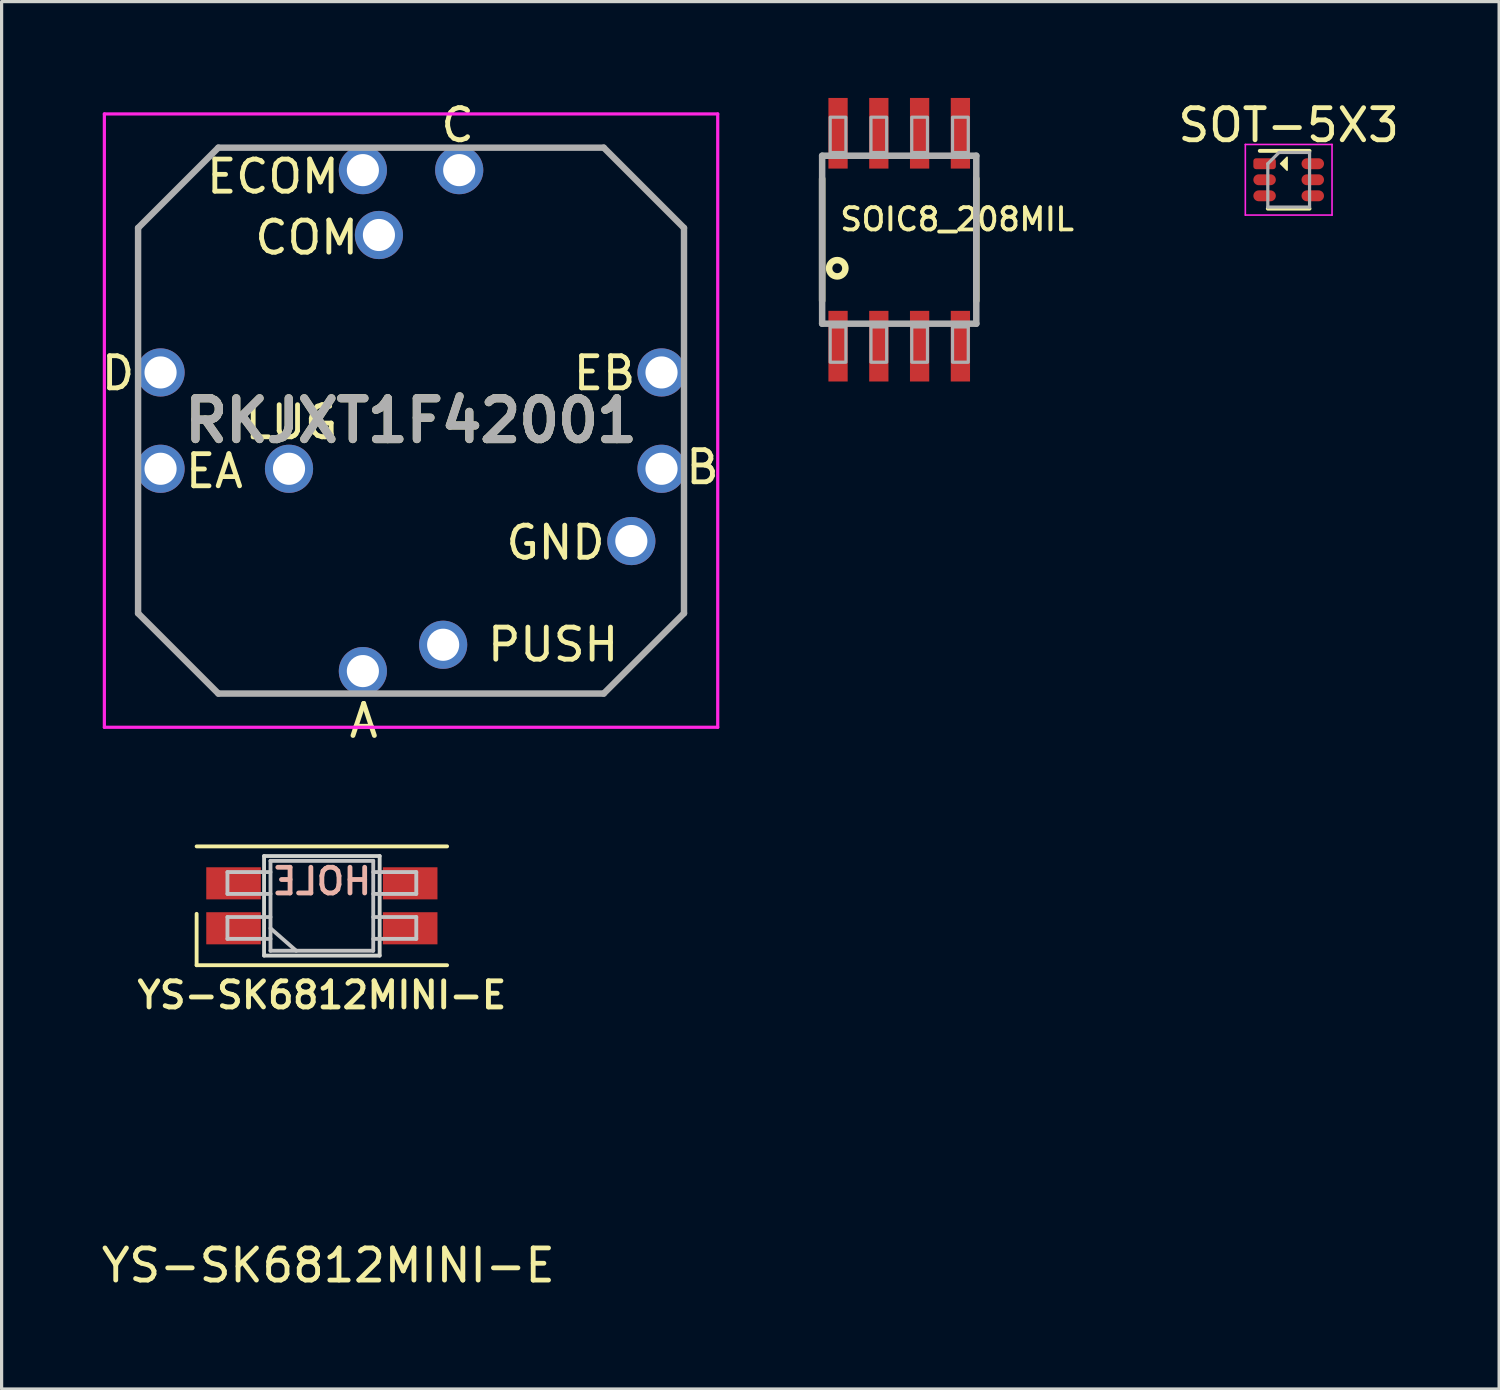
<source format=kicad_pcb>
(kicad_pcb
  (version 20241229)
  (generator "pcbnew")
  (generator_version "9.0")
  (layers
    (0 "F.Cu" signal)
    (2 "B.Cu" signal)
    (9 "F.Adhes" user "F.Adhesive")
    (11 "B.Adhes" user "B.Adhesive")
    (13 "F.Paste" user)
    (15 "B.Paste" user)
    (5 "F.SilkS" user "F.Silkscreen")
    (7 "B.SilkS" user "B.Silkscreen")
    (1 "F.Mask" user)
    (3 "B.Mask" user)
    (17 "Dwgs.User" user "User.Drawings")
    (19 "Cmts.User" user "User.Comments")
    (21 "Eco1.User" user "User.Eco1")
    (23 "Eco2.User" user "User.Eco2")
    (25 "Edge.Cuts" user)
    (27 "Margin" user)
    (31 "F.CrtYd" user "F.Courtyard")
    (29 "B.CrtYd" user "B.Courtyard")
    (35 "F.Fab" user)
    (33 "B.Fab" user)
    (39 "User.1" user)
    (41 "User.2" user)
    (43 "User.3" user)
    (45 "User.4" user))
  (footprint "RKJXT1F42001"
    (layer "F.Cu")
    (at 9.75 10.048)
    (property "Reference" "RKJXT1F42001" (at 0 0 0) (layer "F.SilkS") (effects (font (size 1.27 1.27) (thickness 0.254))))
    (attr through_hole)
    (fp_line (start -8.5 -6) (end -6 -8.5) (stroke (width 0.1) (type solid)) (layer "F.SilkS"))
    (fp_line (start -8.5 -2.5) (end -8.5 -6) (stroke (width 0.1) (type solid)) (layer "F.SilkS"))
    (fp_line (start -8.5 -0.5) (end -8.5 0.5) (stroke (width 0.1) (type solid)) (layer "F.SilkS"))
    (fp_line (start -8.5 2.5) (end -8.5 6) (stroke (width 0.1) (type solid)) (layer "F.SilkS"))
    (fp_line (start -8.5 6) (end -6 8.5) (stroke (width 0.1) (type solid)) (layer "F.SilkS"))
    (fp_line (start -6 -8.5) (end -2.5 -8.5) (stroke (width 0.1) (type solid)) (layer "F.SilkS"))
    (fp_line (start -6 8.5) (end -2.5 8.5) (stroke (width 0.1) (type solid)) (layer "F.SilkS"))
    (fp_line (start -0.5 8.5) (end 6 8.5) (stroke (width 0.1) (type solid)) (layer "F.SilkS"))
    (fp_line (start 2.5 -8.5) (end 6 -8.5) (stroke (width 0.1) (type solid)) (layer "F.SilkS"))
    (fp_line (start 6 -8.5) (end 8.5 -6) (stroke (width 0.1) (type solid)) (layer "F.SilkS"))
    (fp_line (start 6 8.5) (end 8.5 6) (stroke (width 0.1) (type solid)) (layer "F.SilkS"))
    (fp_line (start 8.5 -6) (end 8.5 -2.5) (stroke (width 0.1) (type solid)) (layer "F.SilkS"))
    (fp_line (start 8.5 -0.5) (end 8.5 0.5) (stroke (width 0.1) (type solid)) (layer "F.SilkS"))
    (fp_line (start 8.5 6) (end 8.5 2.5) (stroke (width 0.1) (type solid)) (layer "F.SilkS"))
    (fp_line (start -9.55 -9.55) (end 9.55 -9.55) (stroke (width 0.1) (type solid)) (layer "F.CrtYd"))
    (fp_line (start -9.55 9.55) (end -9.55 -9.55) (stroke (width 0.1) (type solid)) (layer "F.CrtYd"))
    (fp_line (start 9.55 -9.55) (end 9.55 9.55) (stroke (width 0.1) (type solid)) (layer "F.CrtYd"))
    (fp_line (start 9.55 9.55) (end -9.55 9.55) (stroke (width 0.1) (type solid)) (layer "F.CrtYd"))
    (fp_line (start -8.5 -6) (end -8.5 6) (stroke (width 0.2) (type solid)) (layer "F.Fab"))
    (fp_line (start -8.5 -6) (end -6 -8.5) (stroke (width 0.2) (type solid)) (layer "F.Fab"))
    (fp_line (start -6 -8.5) (end 6 -8.5) (stroke (width 0.2) (type solid)) (layer "F.Fab"))
    (fp_line (start -6 8.5) (end -8.5 6) (stroke (width 0.2) (type solid)) (layer "F.Fab"))
    (fp_line (start -6 8.5) (end 6 8.5) (stroke (width 0.2) (type solid)) (layer "F.Fab"))
    (fp_line (start 6 -8.5) (end 8.5 -6) (stroke (width 0.2) (type solid)) (layer "F.Fab"))
    (fp_line (start 6 8.5) (end 8.5 6) (stroke (width 0.2) (type solid)) (layer "F.Fab"))
    (fp_line (start 8.5 6) (end 8.5 -6) (stroke (width 0.2) (type solid)) (layer "F.Fab"))
    (fp_text user "LUG" (at -3.725 0.05 0) (unlocked yes) (layer "F.SilkS") (effects (font (size 1 1) (thickness 0.15))))
    (fp_text user "ECOM" (at -4.3 -7.6 0) (unlocked yes) (layer "F.SilkS") (effects (font (size 1 1) (thickness 0.15))))
    (fp_text user "A" (at -1.475 9.35 0) (unlocked yes) (layer "F.SilkS") (effects (font (size 1 1) (thickness 0.15))))
    (fp_text user "B" (at 9.075 1.45 0) (unlocked yes) (layer "F.SilkS") (effects (font (size 1 1) (thickness 0.15))))
    (fp_text user "PUSH" (at 4.425 6.975 0) (unlocked yes) (layer "F.SilkS") (effects (font (size 1 1) (thickness 0.15))))
    (fp_text user "GND" (at 4.5 3.8 0) (unlocked yes) (layer "F.SilkS") (effects (font (size 1 1) (thickness 0.15))))
    (fp_text user "COM" (at -3.25 -5.7 0) (unlocked yes) (layer "F.SilkS") (effects (font (size 1 1) (thickness 0.15))))
    (fp_text user "EB" (at 6.025 -1.475 0) (unlocked yes) (layer "F.SilkS") (effects (font (size 1 1) (thickness 0.15))))
    (fp_text user "C" (at 1.45 -9.2 0) (unlocked yes) (layer "F.SilkS") (effects (font (size 1 1) (thickness 0.15))))
    (fp_text user "EA" (at -6.125 1.575 0) (unlocked yes) (layer "F.SilkS") (effects (font (size 1 1) (thickness 0.15))))
    (fp_text user "D" (at -9.125 -1.475 0) (unlocked yes) (layer "F.SilkS") (effects (font (size 1 1) (thickness 0.15))))
    (fp_text user "${REFERENCE}" (at 0 0 0) (layer "F.Fab") (effects (font (size 1.27 1.27) (thickness 0.254))))
    (pad "1" thru_hole circle (at -1.5 7.8) (size 1.5 1.5) (drill 1) (layers "*.Cu" "*.Mask"))
    (pad "2" thru_hole circle (at 1 6.98) (size 1.5 1.5) (drill 1) (layers "*.Cu" "*.Mask"))
    (pad "3" thru_hole circle (at 6.86 3.75) (size 1.5 1.5) (drill 1) (layers "*.Cu" "*.Mask"))
    (pad "4" thru_hole circle (at 7.8 1.5) (size 1.5 1.5) (drill 1) (layers "*.Cu" "*.Mask"))
    (pad "5" thru_hole circle (at 7.8 -1.5) (size 1.5 1.5) (drill 1) (layers "*.Cu" "*.Mask"))
    (pad "6" thru_hole circle (at 1.5 -7.8) (size 1.5 1.5) (drill 1) (layers "*.Cu" "*.Mask"))
    (pad "7" thru_hole circle (at -1 -5.78) (size 1.5 1.5) (drill 1) (layers "*.Cu" "*.Mask"))
    (pad "8" thru_hole circle (at -1.5 -7.8) (size 1.5 1.5) (drill 1) (layers "*.Cu" "*.Mask"))
    (pad "9" thru_hole circle (at -7.8 -1.5) (size 1.5 1.5) (drill 1) (layers "*.Cu" "*.Mask"))
    (pad "10" thru_hole circle (at -7.8 1.5) (size 1.5 1.5) (drill 1) (layers "*.Cu" "*.Mask"))
    (pad "11" thru_hole circle (at -3.8 1.5) (size 1.5 1.5) (drill 1) (layers "*.Cu" "*.Mask")))
  (footprint "SOT-5X3"
    (layer "F.Cu")
    (at 37.08 2.548)
    (property "Reference" "SOT-5X3" (at 0 -1.7 0) (layer "F.SilkS") (effects (font (size 1 1) (thickness 0.15))))
    (attr smd)
    (fp_line (start -0.9 -0.9) (end 0.65 -0.9) (stroke (width 0.12) (type solid)) (layer "F.SilkS"))
    (fp_line (start 0.65 0.9) (end -0.65 0.9) (stroke (width 0.12) (type solid)) (layer "F.SilkS"))
    (fp_poly (pts (xy -0.25 -0.5) (xy -0.05 -0.7) (xy -0.05 -0.3)) (stroke (width 0.05) (type solid)) (fill yes) (layer "F.SilkS"))
    (fp_line (start -1.35 -1.1) (end -1.35 1.1) (stroke (width 0.05) (type solid)) (layer "F.CrtYd"))
    (fp_line (start -1.35 -1.1) (end 1.35 -1.1) (stroke (width 0.05) (type solid)) (layer "F.CrtYd"))
    (fp_line (start 1.35 1.1) (end -1.35 1.1) (stroke (width 0.05) (type solid)) (layer "F.CrtYd"))
    (fp_line (start 1.35 1.1) (end 1.35 -1.1) (stroke (width 0.05) (type solid)) (layer "F.CrtYd"))
    (fp_line (start -0.65 -0.5) (end -0.65 0.85) (stroke (width 0.1) (type solid)) (layer "F.Fab"))
    (fp_line (start -0.65 -0.5) (end -0.3 -0.85) (stroke (width 0.1) (type solid)) (layer "F.Fab"))
    (fp_line (start -0.65 0.85) (end 0.65 0.85) (stroke (width 0.1) (type solid)) (layer "F.Fab"))
    (fp_line (start 0.65 -0.85) (end -0.3 -0.85) (stroke (width 0.1) (type solid)) (layer "F.Fab"))
    (fp_line (start 0.65 0.85) (end 0.65 -0.85) (stroke (width 0.1) (type solid)) (layer "F.Fab"))
    (pad "1" smd roundrect (at -0.75 -0.5) (size 0.7 0.34) (layers "F.Cu" "F.Mask" "F.Paste") (roundrect_rratio 0.25))
    (pad "2" smd oval (at -0.75 0) (size 0.7 0.34) (layers "F.Cu" "F.Mask" "F.Paste"))
    (pad "3" smd oval (at -0.75 0.5) (size 0.7 0.34) (layers "F.Cu" "F.Mask" "F.Paste"))
    (pad "4" smd oval (at 0.75 0.5) (size 0.7 0.34) (layers "F.Cu" "F.Mask" "F.Paste"))
    (pad "5" smd oval (at 0.75 0) (size 0.7 0.34) (layers "F.Cu" "F.Mask" "F.Paste"))
    (pad "6" smd oval (at 0.75 -0.5) (size 0.7 0.34) (layers "F.Cu" "F.Mask" "F.Paste")))
  (footprint "YS-SK6812MINI-E"
    (layer "F.Cu")
    (at 6.973 25.157)
    (property "Reference" "YS-SK6812MINI-E" (at 0.2 11.2 180) (layer "F.SilkS") (effects (font (size 1 1) (thickness 0.15))))
    (attr through_hole)
    (fp_line (start -3.9 0.25) (end -3.9 1.85) (stroke (width 0.12) (type solid)) (layer "F.SilkS"))
    (fp_line (start -3.9 1.85) (end 3.9 1.85) (stroke (width 0.12) (type solid)) (layer "F.SilkS"))
    (fp_line (start 3.9 -1.85) (end -3.9 -1.85) (stroke (width 0.12) (type solid)) (layer "F.SilkS"))
    (fp_line (start -2.94 -1.05) (end -2.94 -0.37) (stroke (width 0.12) (type solid)) (layer "Dwgs.User"))
    (fp_line (start -2.94 -0.37) (end -1.6 -0.37) (stroke (width 0.12) (type solid)) (layer "Dwgs.User"))
    (fp_line (start -2.94 0.35) (end -2.94 1.03) (stroke (width 0.12) (type solid)) (layer "Dwgs.User"))
    (fp_line (start -2.94 1.03) (end -1.6 1.03) (stroke (width 0.12) (type solid)) (layer "Dwgs.User"))
    (fp_line (start -1.6 -1.4) (end -1.6 1.4) (stroke (width 0.12) (type solid)) (layer "Dwgs.User"))
    (fp_line (start -1.6 -1.4) (end 1.6 -1.4) (stroke (width 0.12) (type solid)) (layer "Dwgs.User"))
    (fp_line (start -1.6 -1.05) (end -2.94 -1.05) (stroke (width 0.12) (type solid)) (layer "Dwgs.User"))
    (fp_line (start -1.6 0.35) (end -2.94 0.35) (stroke (width 0.12) (type solid)) (layer "Dwgs.User"))
    (fp_line (start -1.6 0.7) (end -0.8 1.4) (stroke (width 0.12) (type solid)) (layer "Dwgs.User"))
    (fp_line (start -1.6 1.4) (end 1.6 1.4) (stroke (width 0.12) (type solid)) (layer "Dwgs.User"))
    (fp_line (start 1.6 -1.4) (end 1.6 1.4) (stroke (width 0.12) (type solid)) (layer "Dwgs.User"))
    (fp_line (start 1.6 -0.37) (end 2.94 -0.37) (stroke (width 0.12) (type solid)) (layer "Dwgs.User"))
    (fp_line (start 1.6 1.03) (end 2.94 1.03) (stroke (width 0.12) (type solid)) (layer "Dwgs.User"))
    (fp_line (start 2.94 -1.05) (end 1.6 -1.05) (stroke (width 0.12) (type solid)) (layer "Dwgs.User"))
    (fp_line (start 2.94 -0.37) (end 2.94 -1.05) (stroke (width 0.12) (type solid)) (layer "Dwgs.User"))
    (fp_line (start 2.94 0.35) (end 1.6 0.35) (stroke (width 0.12) (type solid)) (layer "Dwgs.User"))
    (fp_line (start 2.94 1.03) (end 2.94 0.35) (stroke (width 0.12) (type solid)) (layer "Dwgs.User"))
    (fp_line (start -1.8 -1.55) (end -1.8 1.55) (stroke (width 0.12) (type solid)) (layer "Edge.Cuts"))
    (fp_line (start -1.8 1.55) (end 1.8 1.55) (stroke (width 0.12) (type solid)) (layer "Edge.Cuts"))
    (fp_line (start 1.8 -1.55) (end -1.8 -1.55) (stroke (width 0.12) (type solid)) (layer "Edge.Cuts"))
    (fp_line (start 1.8 1.55) (end 1.8 -1.55) (stroke (width 0.12) (type solid)) (layer "Edge.Cuts"))
    (fp_text user "${REFERENCE}" (at 0 2.781 180) (layer "F.SilkS") (effects (font (size 0.813 0.813) (thickness 0.152))))
    (fp_text user "HOLE" (at 0 -0.762 180) (layer "B.SilkS") (effects (font (size 0.8 0.8) (thickness 0.15)) (justify mirror)))
    (pad "1" smd rect (at 2.75 -0.7) (size 1.7 1) (layers "F.Cu" "F.Mask" "F.Paste"))
    (pad "2" smd rect (at 2.75 0.7) (size 1.7 1) (layers "F.Cu" "F.Mask" "F.Paste"))
    (pad "3" smd rect (at -2.75 0.7) (size 1.7 1) (layers "F.Cu" "F.Mask" "F.Paste"))
    (pad "4" smd rect (at -2.75 -0.7) (size 1.7 1) (layers "F.Cu" "F.Mask" "F.Paste")))
  (footprint "SOIC8_208MIL"
    (layer "F.Cu")
    (at 24.952 4.415)
    (property "Reference" "SOIC8_208MIL" (at -1.905 -0.635 0) (layer "F.SilkS") (effects (font (size 0.693 0.693) (thickness 0.12)) (justify left)))
    (fp_line (start -2.4 1.9) (end -2.4 -1.9) (stroke (width 0.203) (type solid)) (layer "F.SilkS"))
    (fp_line (start 2.4 -1.9) (end 2.4 1.9) (stroke (width 0.203) (type solid)) (layer "F.SilkS"))
    (fp_circle (center -1.93 0.889) (end -1.676 0.889) (stroke (width 0.203) (type solid)) (fill no) (layer "F.SilkS"))
    (fp_line (start -2.4 -2.615) (end 2.4 -2.615) (stroke (width 0.203) (type solid)) (layer "F.Fab"))
    (fp_line (start -2.4 2.615) (end -2.4 -2.615) (stroke (width 0.203) (type solid)) (layer "F.Fab"))
    (fp_line (start 2.4 -2.615) (end 2.4 2.615) (stroke (width 0.203) (type solid)) (layer "F.Fab"))
    (fp_line (start 2.4 2.615) (end -2.4 2.615) (stroke (width 0.203) (type solid)) (layer "F.Fab"))
    (fp_poly (pts (xy -2.15 -2.715) (xy -1.66 -2.715) (xy -1.66 -3.815) (xy -2.15 -3.815)) (stroke (width 0.1) (type solid)) (fill no) (layer "F.Fab"))
    (fp_poly (pts (xy -2.15 3.815) (xy -1.66 3.815) (xy -1.66 2.715) (xy -2.15 2.715)) (stroke (width 0.1) (type solid)) (fill no) (layer "F.Fab"))
    (fp_poly (pts (xy -0.88 -2.715) (xy -0.39 -2.715) (xy -0.39 -3.815) (xy -0.88 -3.815)) (stroke (width 0.1) (type solid)) (fill no) (layer "F.Fab"))
    (fp_poly (pts (xy -0.88 3.815) (xy -0.39 3.815) (xy -0.39 2.715) (xy -0.88 2.715)) (stroke (width 0.1) (type solid)) (fill no) (layer "F.Fab"))
    (fp_poly (pts (xy 0.39 -2.715) (xy 0.88 -2.715) (xy 0.88 -3.815) (xy 0.39 -3.815)) (stroke (width 0.1) (type solid)) (fill no) (layer "F.Fab"))
    (fp_poly (pts (xy 0.39 3.815) (xy 0.88 3.815) (xy 0.88 2.715) (xy 0.39 2.715)) (stroke (width 0.1) (type solid)) (fill no) (layer "F.Fab"))
    (fp_poly (pts (xy 1.66 -2.715) (xy 2.15 -2.715) (xy 2.15 -3.815) (xy 1.66 -3.815)) (stroke (width 0.1) (type solid)) (fill no) (layer "F.Fab"))
    (fp_poly (pts (xy 1.66 3.815) (xy 2.15 3.815) (xy 2.15 2.715) (xy 1.66 2.715)) (stroke (width 0.1) (type solid)) (fill no) (layer "F.Fab"))
    (pad "1" smd rect (at -1.905 3.315) (size 0.6 2.2) (layers "F.Cu" "F.Mask" "F.Paste"))
    (pad "2" smd rect (at -0.635 3.315) (size 0.6 2.2) (layers "F.Cu" "F.Mask" "F.Paste"))
    (pad "3" smd rect (at 0.635 3.315) (size 0.6 2.2) (layers "F.Cu" "F.Mask" "F.Paste"))
    (pad "4" smd rect (at 1.905 3.315) (size 0.6 2.2) (layers "F.Cu" "F.Mask" "F.Paste"))
    (pad "5" smd rect (at 1.905 -3.315) (size 0.6 2.2) (layers "F.Cu" "F.Mask" "F.Paste"))
    (pad "6" smd rect (at 0.635 -3.315) (size 0.6 2.2) (layers "F.Cu" "F.Mask" "F.Paste"))
    (pad "7" smd rect (at -0.635 -3.315) (size 0.6 2.2) (layers "F.Cu" "F.Mask" "F.Paste"))
    (pad "8" smd rect (at -1.905 -3.315) (size 0.6 2.2) (layers "F.Cu" "F.Mask" "F.Paste")))
  (gr_rect
    (start -3 -3)
    (end 43.633 40.205)
    (stroke (width 0.1) (type default))
    (fill no)
    (layer "Edge.Cuts")))
</source>
